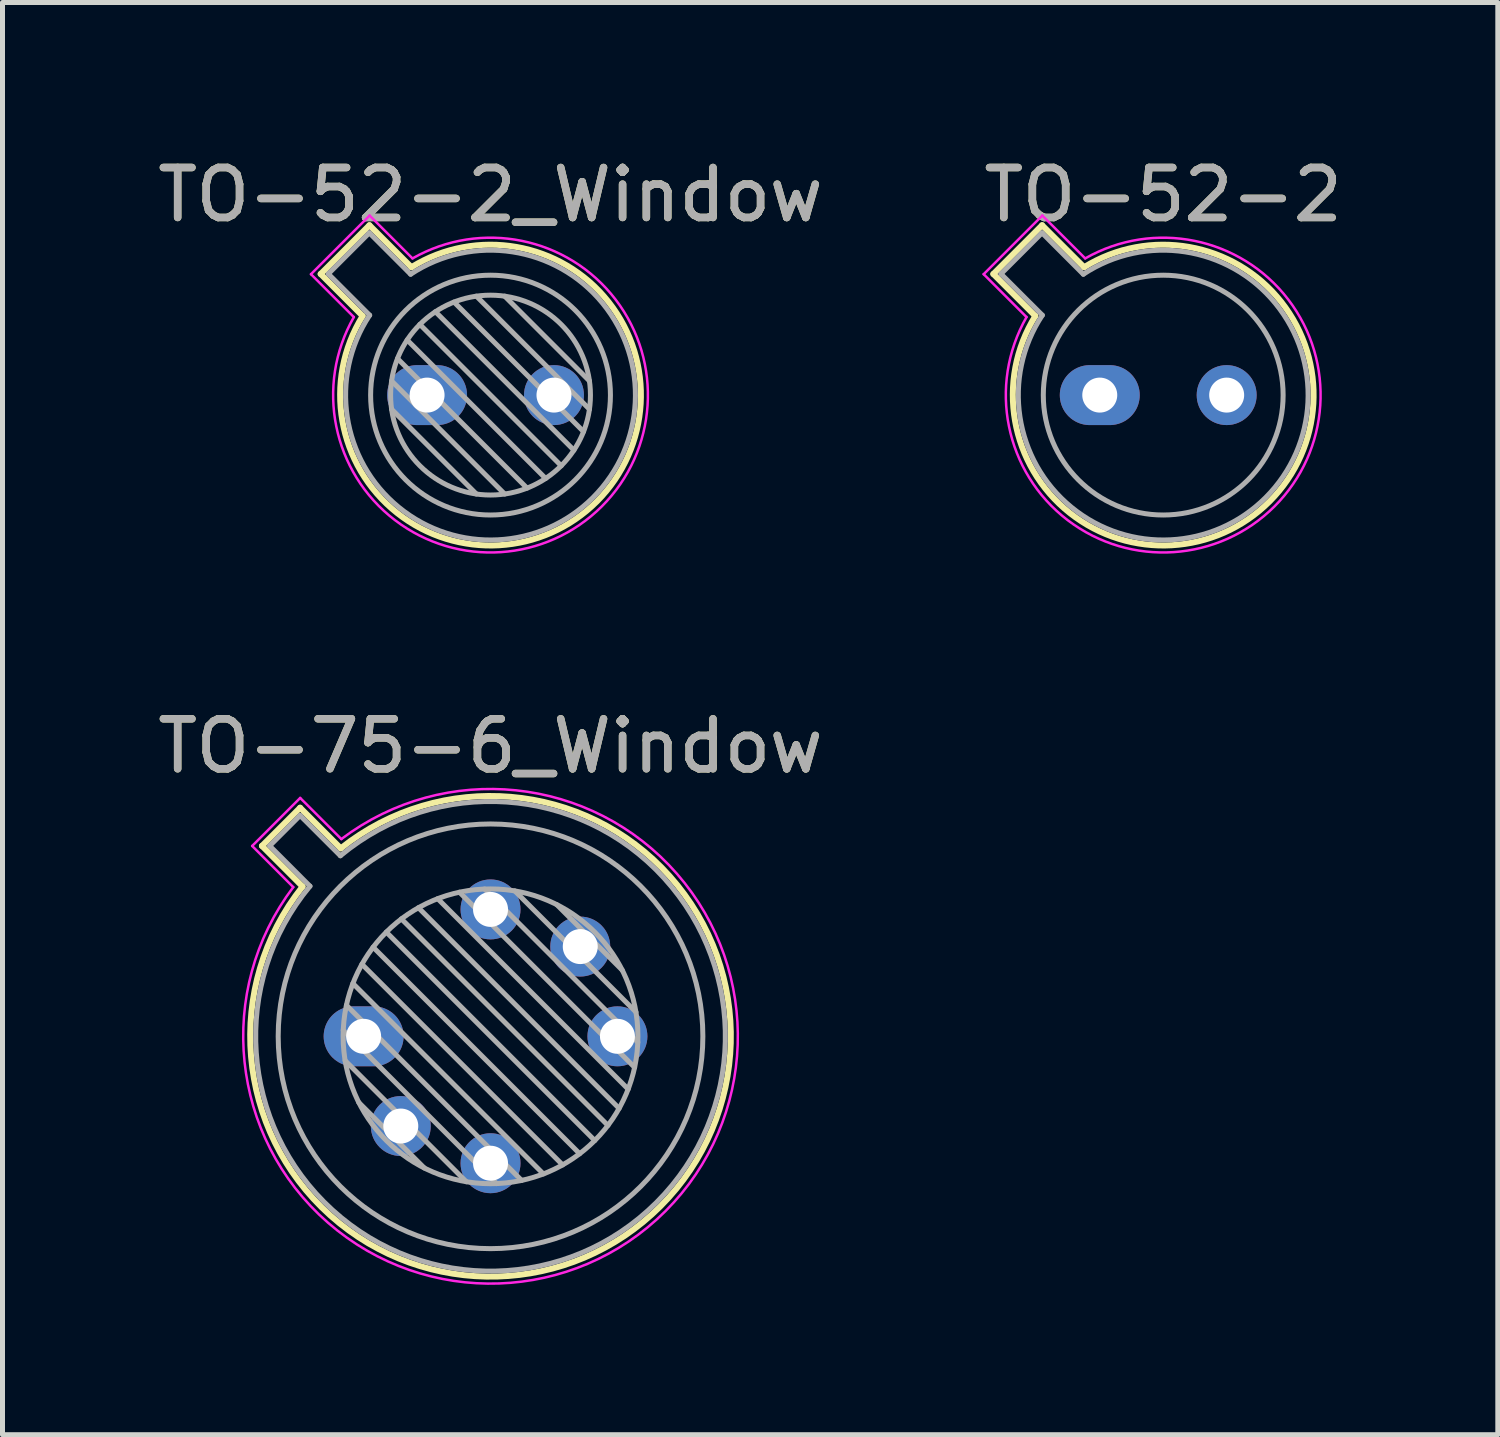
<source format=kicad_pcb>
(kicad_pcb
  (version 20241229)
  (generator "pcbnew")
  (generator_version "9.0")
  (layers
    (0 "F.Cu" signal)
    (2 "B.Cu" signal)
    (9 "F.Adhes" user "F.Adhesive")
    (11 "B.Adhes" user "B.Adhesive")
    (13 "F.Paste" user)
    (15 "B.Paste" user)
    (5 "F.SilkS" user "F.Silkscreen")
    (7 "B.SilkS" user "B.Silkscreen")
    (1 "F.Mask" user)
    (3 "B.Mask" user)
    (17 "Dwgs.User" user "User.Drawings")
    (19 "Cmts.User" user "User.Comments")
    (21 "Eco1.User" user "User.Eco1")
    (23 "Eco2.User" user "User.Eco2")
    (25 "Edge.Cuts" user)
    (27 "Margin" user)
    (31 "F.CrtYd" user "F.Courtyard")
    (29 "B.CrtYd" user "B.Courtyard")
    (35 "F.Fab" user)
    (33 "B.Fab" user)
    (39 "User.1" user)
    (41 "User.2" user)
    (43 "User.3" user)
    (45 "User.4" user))
  (footprint "TO-52-2"
    (layer "F.Cu")
    (at 18.962 4.858)
    (property "Reference" "TO-52-2" (at 1.27 -4.01 0) (layer "F.SilkS") (effects (font (size 1 1) (thickness 0.15))))
    (attr through_hole)
    (fp_line (start -2.13 -2.424) (end -1.29 -1.584) (stroke (width 0.12) (type solid)) (layer "F.SilkS"))
    (fp_line (start -1.154 -3.4) (end -2.13 -2.424) (stroke (width 0.12) (type solid)) (layer "F.SilkS"))
    (fp_line (start -0.314 -2.56) (end -1.154 -3.4) (stroke (width 0.12) (type solid)) (layer "F.SilkS"))
    (fp_arc (start -0.313811 -2.559618) (mid 3.398391 2.128391) (end -1.289618 -1.583811) (stroke (width 0.12) (type solid)) (layer "F.SilkS"))
    (fp_line (start -2.324 -2.42) (end -1.466 -1.562) (stroke (width 0.05) (type solid)) (layer "F.CrtYd"))
    (fp_line (start -1.15 -3.594) (end -2.324 -2.42) (stroke (width 0.05) (type solid)) (layer "F.CrtYd"))
    (fp_line (start -0.292 -2.736) (end -1.15 -3.594) (stroke (width 0.05) (type solid)) (layer "F.CrtYd"))
    (fp_arc (start -0.291775 -2.735573) (mid 3.497386 2.227386) (end -1.465573 -1.561775) (stroke (width 0.05) (type solid)) (layer "F.CrtYd"))
    (fp_line (start -1.977 -2.426) (end -1.149 -1.599) (stroke (width 0.1) (type solid)) (layer "F.Fab"))
    (fp_line (start -1.156 -3.247) (end -1.977 -2.426) (stroke (width 0.1) (type solid)) (layer "F.Fab"))
    (fp_line (start -0.329 -2.419) (end -1.156 -3.247) (stroke (width 0.1) (type solid)) (layer "F.Fab"))
    (fp_arc (start -0.329057 -2.419301) (mid 3.32061 2.05061) (end -1.149301 -1.599057) (stroke (width 0.1) (type solid)) (layer "F.Fab"))
    (fp_circle (center 1.27 0) (end 3.67 0) (stroke (width 0.1) (type solid)) (fill no) (layer "F.Fab"))
    (fp_text user "${REFERENCE}" (at 1.27 -4.01 0) (layer "F.Fab") (effects (font (size 1 1) (thickness 0.15))))
    (pad "1" thru_hole oval (at 0 0) (size 1.6 1.2) (drill 0.7) (layers "*.Cu" "*.Mask"))
    (pad "2" thru_hole circle (at 2.54 0) (size 1.2 1.2) (drill 0.7) (layers "*.Cu" "*.Mask")))
  (footprint "TO-52-2_Window"
    (layer "F.Cu")
    (at 5.498 4.858)
    (property "Reference" "TO-52-2_Window" (at 1.27 -4.01 0) (layer "F.SilkS") (effects (font (size 1 1) (thickness 0.15))))
    (attr through_hole)
    (fp_line (start -2.13 -2.424) (end -1.29 -1.584) (stroke (width 0.12) (type solid)) (layer "F.SilkS"))
    (fp_line (start -1.154 -3.4) (end -2.13 -2.424) (stroke (width 0.12) (type solid)) (layer "F.SilkS"))
    (fp_line (start -0.314 -2.56) (end -1.154 -3.4) (stroke (width 0.12) (type solid)) (layer "F.SilkS"))
    (fp_arc (start -0.313811 -2.559618) (mid 3.398391 2.128391) (end -1.289618 -1.583811) (stroke (width 0.12) (type solid)) (layer "F.SilkS"))
    (fp_line (start -2.324 -2.42) (end -1.466 -1.562) (stroke (width 0.05) (type solid)) (layer "F.CrtYd"))
    (fp_line (start -1.15 -3.594) (end -2.324 -2.42) (stroke (width 0.05) (type solid)) (layer "F.CrtYd"))
    (fp_line (start -0.292 -2.736) (end -1.15 -3.594) (stroke (width 0.05) (type solid)) (layer "F.CrtYd"))
    (fp_arc (start -0.291775 -2.735573) (mid 3.497386 2.227386) (end -1.465573 -1.561775) (stroke (width 0.05) (type solid)) (layer "F.CrtYd"))
    (fp_line (start -1.977 -2.426) (end -1.149 -1.599) (stroke (width 0.1) (type solid)) (layer "F.Fab"))
    (fp_line (start -1.156 -3.247) (end -1.977 -2.426) (stroke (width 0.1) (type solid)) (layer "F.Fab"))
    (fp_line (start -0.71 -0.283) (end 1.553 1.98) (stroke (width 0.1) (type solid)) (layer "F.Fab"))
    (fp_line (start -0.71 0.283) (end 0.987 1.98) (stroke (width 0.1) (type solid)) (layer "F.Fab"))
    (fp_line (start -0.592 -0.731) (end 2.001 1.862) (stroke (width 0.1) (type solid)) (layer "F.Fab"))
    (fp_line (start -0.399 -1.103) (end 2.373 1.669) (stroke (width 0.1) (type solid)) (layer "F.Fab"))
    (fp_line (start -0.329 -2.419) (end -1.156 -3.247) (stroke (width 0.1) (type solid)) (layer "F.Fab"))
    (fp_line (start -0.145 -1.415) (end 2.685 1.415) (stroke (width 0.1) (type solid)) (layer "F.Fab"))
    (fp_line (start 0.167 -1.669) (end 2.939 1.103) (stroke (width 0.1) (type solid)) (layer "F.Fab"))
    (fp_line (start 0.539 -1.862) (end 3.132 0.731) (stroke (width 0.1) (type solid)) (layer "F.Fab"))
    (fp_line (start 0.987 -1.98) (end 3.25 0.283) (stroke (width 0.1) (type solid)) (layer "F.Fab"))
    (fp_line (start 1.553 -1.98) (end 3.25 -0.283) (stroke (width 0.1) (type solid)) (layer "F.Fab"))
    (fp_arc (start -0.329057 -2.419301) (mid 3.32061 2.05061) (end -1.149301 -1.599057) (stroke (width 0.1) (type solid)) (layer "F.Fab"))
    (fp_circle (center 1.27 0) (end 3.27 0) (stroke (width 0.1) (type solid)) (fill no) (layer "F.Fab"))
    (fp_circle (center 1.27 0) (end 3.67 0) (stroke (width 0.1) (type solid)) (fill no) (layer "F.Fab"))
    (fp_text user "${REFERENCE}" (at 1.27 -4.01 0) (layer "F.Fab") (effects (font (size 1 1) (thickness 0.15))))
    (pad "1" thru_hole oval (at 0 0) (size 1.6 1.2) (drill 0.7) (layers "*.Cu" "*.Mask"))
    (pad "2" thru_hole circle (at 2.54 0) (size 1.2 1.2) (drill 0.7) (layers "*.Cu" "*.Mask")))
  (footprint "TO-75-6_Window"
    (layer "F.Cu")
    (at 4.228 17.692)
    (property "Reference" "TO-75-6_Window" (at 2.54 -5.81 0) (layer "F.SilkS") (effects (font (size 1 1) (thickness 0.15))))
    (attr through_hole)
    (fp_line (start -2.035 -3.811) (end -1.222 -2.998) (stroke (width 0.12) (type solid)) (layer "F.SilkS"))
    (fp_line (start -1.271 -4.575) (end -2.035 -3.811) (stroke (width 0.12) (type solid)) (layer "F.SilkS"))
    (fp_line (start -0.458 -3.762) (end -1.271 -4.575) (stroke (width 0.12) (type solid)) (layer "F.SilkS"))
    (fp_arc (start -0.457844 -3.76152) (mid 5.941184 3.401184) (end -1.22152 -2.997844) (stroke (width 0.12) (type solid)) (layer "F.SilkS"))
    (fp_line (start -2.231 -3.81) (end -1.408 -2.986) (stroke (width 0.05) (type solid)) (layer "F.CrtYd"))
    (fp_line (start -1.27 -4.771) (end -2.231 -3.81) (stroke (width 0.05) (type solid)) (layer "F.CrtYd"))
    (fp_line (start -0.446 -3.948) (end -1.27 -4.771) (stroke (width 0.05) (type solid)) (layer "F.CrtYd"))
    (fp_arc (start -0.446162 -3.947827) (mid 6.040179 3.500179) (end -1.407827 -2.986162) (stroke (width 0.05) (type solid)) (layer "F.CrtYd"))
    (fp_line (start -1.88 -3.812) (end -1.074 -3.005) (stroke (width 0.1) (type solid)) (layer "F.Fab"))
    (fp_line (start -1.272 -4.42) (end -1.88 -3.812) (stroke (width 0.1) (type solid)) (layer "F.Fab"))
    (fp_line (start -0.465 -3.614) (end -1.272 -4.42) (stroke (width 0.1) (type solid)) (layer "F.Fab"))
    (fp_line (start -0.408 -0.12) (end 2.66 2.948) (stroke (width 0.1) (type solid)) (layer "F.Fab"))
    (fp_line (start -0.371 0.485) (end 2.055 2.911) (stroke (width 0.1) (type solid)) (layer "F.Fab"))
    (fp_line (start -0.344 -0.622) (end 3.162 2.884) (stroke (width 0.1) (type solid)) (layer "F.Fab"))
    (fp_line (start -0.215 -1.058) (end 3.598 2.755) (stroke (width 0.1) (type solid)) (layer "F.Fab"))
    (fp_line (start -0.097 1.324) (end 1.216 2.637) (stroke (width 0.1) (type solid)) (layer "F.Fab"))
    (fp_line (start -0.034 -1.443) (end 3.983 2.574) (stroke (width 0.1) (type solid)) (layer "F.Fab"))
    (fp_line (start 0.19 -1.784) (end 4.324 2.35) (stroke (width 0.1) (type solid)) (layer "F.Fab"))
    (fp_line (start 0.454 -2.086) (end 4.626 2.086) (stroke (width 0.1) (type solid)) (layer "F.Fab"))
    (fp_line (start 0.756 -2.35) (end 4.89 1.784) (stroke (width 0.1) (type solid)) (layer "F.Fab"))
    (fp_line (start 1.097 -2.574) (end 5.114 1.443) (stroke (width 0.1) (type solid)) (layer "F.Fab"))
    (fp_line (start 1.482 -2.755) (end 5.295 1.058) (stroke (width 0.1) (type solid)) (layer "F.Fab"))
    (fp_line (start 1.918 -2.884) (end 5.424 0.622) (stroke (width 0.1) (type solid)) (layer "F.Fab"))
    (fp_line (start 2.42 -2.948) (end 5.488 0.12) (stroke (width 0.1) (type solid)) (layer "F.Fab"))
    (fp_line (start 3.025 -2.911) (end 5.451 -0.485) (stroke (width 0.1) (type solid)) (layer "F.Fab"))
    (fp_line (start 3.864 -2.637) (end 5.177 -1.324) (stroke (width 0.1) (type solid)) (layer "F.Fab"))
    (fp_arc (start -0.465408 -3.61352) (mid 5.863402 3.323402) (end -1.07352 -3.005408) (stroke (width 0.1) (type solid)) (layer "F.Fab"))
    (fp_circle (center 2.54 0) (end 5.49 0) (stroke (width 0.1) (type solid)) (fill no) (layer "F.Fab"))
    (fp_circle (center 2.54 0) (end 6.79 0) (stroke (width 0.1) (type solid)) (fill no) (layer "F.Fab"))
    (fp_text user "${REFERENCE}" (at 2.54 -5.81 0) (layer "F.Fab") (effects (font (size 1 1) (thickness 0.15))))
    (pad "1" thru_hole oval (at 0 0) (size 1.6 1.2) (drill 0.7) (layers "*.Cu" "*.Mask"))
    (pad "2" thru_hole circle (at 0.744 1.796) (size 1.2 1.2) (drill 0.7) (layers "*.Cu" "*.Mask"))
    (pad "3" thru_hole circle (at 2.54 2.54) (size 1.2 1.2) (drill 0.7) (layers "*.Cu" "*.Mask"))
    (pad "4" thru_hole circle (at 5.08 0) (size 1.2 1.2) (drill 0.7) (layers "*.Cu" "*.Mask"))
    (pad "5" thru_hole circle (at 4.336 -1.796) (size 1.2 1.2) (drill 0.7) (layers "*.Cu" "*.Mask"))
    (pad "6" thru_hole circle (at 2.54 -2.54) (size 1.2 1.2) (drill 0.7) (layers "*.Cu" "*.Mask")))
  (gr_rect
    (start -3 -3)
    (end 26.929 25.666)
    (stroke (width 0.1) (type default))
    (fill no)
    (layer "Edge.Cuts")))
</source>
